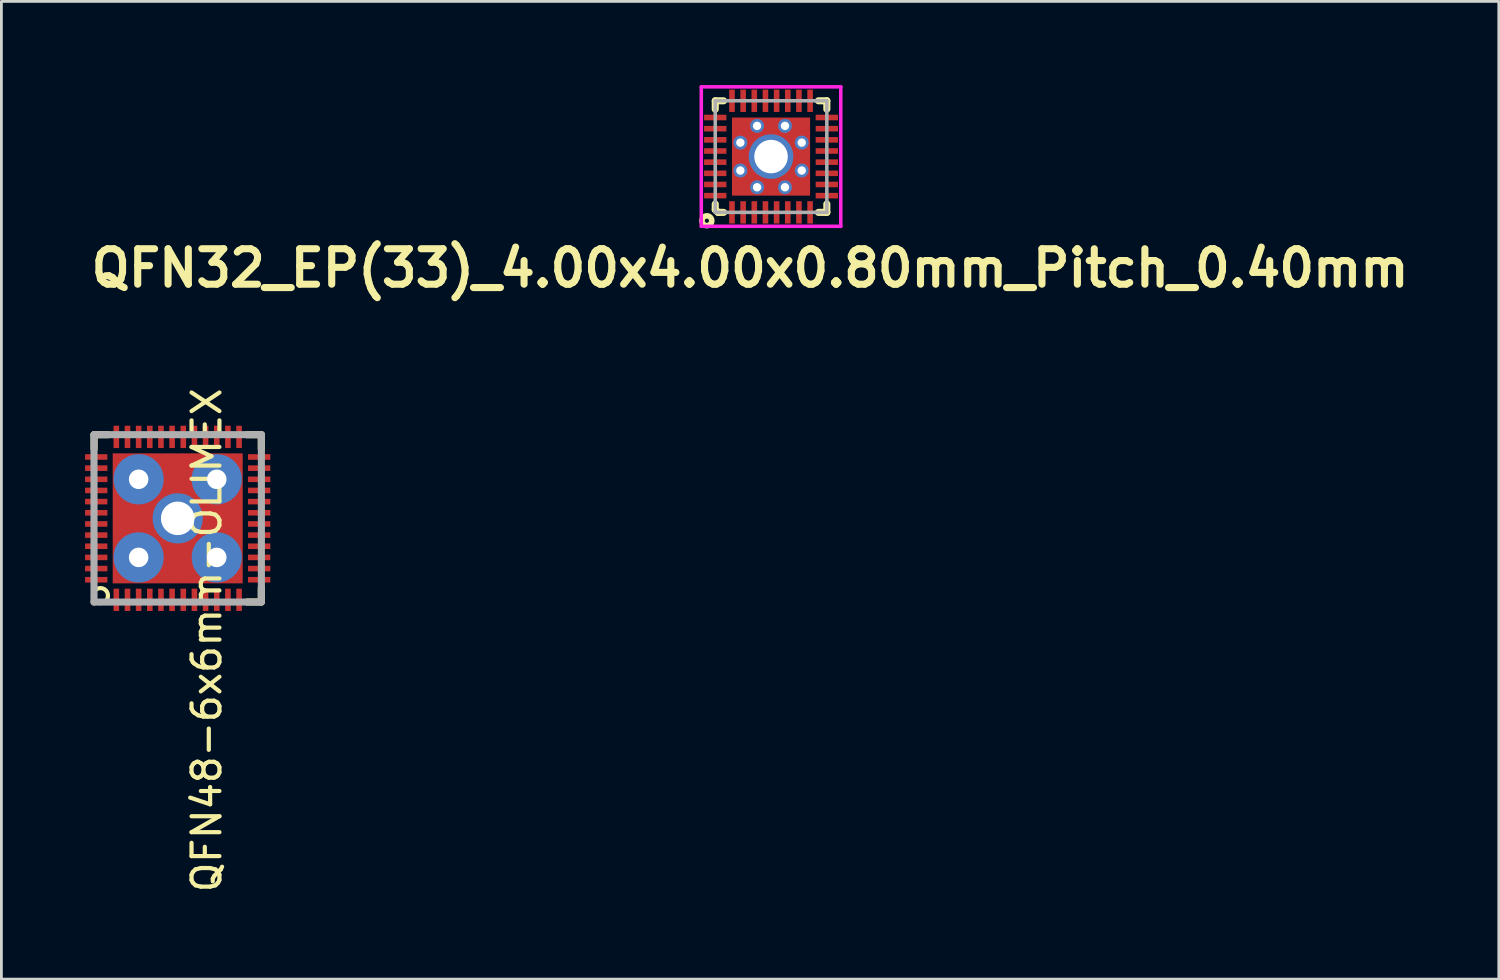
<source format=kicad_pcb>
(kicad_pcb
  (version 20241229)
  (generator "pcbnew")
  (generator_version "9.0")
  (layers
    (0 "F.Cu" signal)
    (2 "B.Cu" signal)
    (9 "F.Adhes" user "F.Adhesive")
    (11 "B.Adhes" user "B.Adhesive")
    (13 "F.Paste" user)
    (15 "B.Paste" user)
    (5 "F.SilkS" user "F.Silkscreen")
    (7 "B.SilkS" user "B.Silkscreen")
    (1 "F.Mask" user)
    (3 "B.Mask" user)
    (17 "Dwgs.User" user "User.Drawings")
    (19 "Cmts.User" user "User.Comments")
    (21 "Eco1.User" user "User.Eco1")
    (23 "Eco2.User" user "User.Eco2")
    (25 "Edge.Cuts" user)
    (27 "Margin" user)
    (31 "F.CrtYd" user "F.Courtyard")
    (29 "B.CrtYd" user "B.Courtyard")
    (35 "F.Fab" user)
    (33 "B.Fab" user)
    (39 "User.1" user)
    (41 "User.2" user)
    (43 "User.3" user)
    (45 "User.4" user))
  (footprint "QFN32_EP(33)_4.00x4.00x0.80mm_Pitch_0.40mm"
    (layer "F.Cu")
    (at 24.59 2.563)
    (property "Reference" "QFN32_EP(33)_4.00x4.00x0.80mm_Pitch_0.40mm" (at -0.75 4 0) (layer "F.SilkS") (effects (font (size 1.27 1.27) (thickness 0.254))))
    (attr smd)
    (fp_line (start -2 1.7) (end -2 1.9) (stroke (width 0.254) (type solid)) (layer "F.SilkS"))
    (fp_line (start -2 1.9) (end -1.9 2) (stroke (width 0.254) (type solid)) (layer "F.SilkS"))
    (fp_line (start -1.999 -1.999) (end -2 -1.7) (stroke (width 0.254) (type solid)) (layer "F.SilkS"))
    (fp_line (start -1.9 2) (end -1.7 2) (stroke (width 0.254) (type solid)) (layer "F.SilkS"))
    (fp_line (start -1.7 -2) (end -1.999 -1.999) (stroke (width 0.254) (type solid)) (layer "F.SilkS"))
    (fp_line (start 1.7 2) (end 2 2) (stroke (width 0.254) (type solid)) (layer "F.SilkS"))
    (fp_line (start 2 -2) (end 1.7 -2) (stroke (width 0.254) (type solid)) (layer "F.SilkS"))
    (fp_line (start 2 -1.7) (end 2 -2) (stroke (width 0.254) (type solid)) (layer "F.SilkS"))
    (fp_line (start 2 2) (end 2 1.7) (stroke (width 0.254) (type solid)) (layer "F.SilkS"))
    (fp_circle (center -2.3 2.3) (end -2.424 2.424) (stroke (width 0.2) (type solid)) (fill no) (layer "F.SilkS"))
    (fp_line (start -2.5 -2.5) (end 2.5 -2.5) (stroke (width 0.127) (type solid)) (layer "F.CrtYd"))
    (fp_line (start -2.5 2.5) (end -2.5 -2.5) (stroke (width 0.127) (type solid)) (layer "F.CrtYd"))
    (fp_line (start 2.5 -2.5) (end 2.5 2.5) (stroke (width 0.127) (type solid)) (layer "F.CrtYd"))
    (fp_line (start 2.5 2.5) (end -2.5 2.5) (stroke (width 0.127) (type solid)) (layer "F.CrtYd"))
    (fp_line (start -2 -2) (end 2 -2) (stroke (width 0.127) (type solid)) (layer "F.Fab"))
    (fp_line (start -2 2) (end -2 -2) (stroke (width 0.127) (type solid)) (layer "F.Fab"))
    (fp_line (start 2 -2) (end 2 2) (stroke (width 0.127) (type solid)) (layer "F.Fab"))
    (fp_line (start 2 2) (end -2 2) (stroke (width 0.127) (type solid)) (layer "F.Fab"))
    (pad "" smd rect (at -1.05 -1.05) (size 0.7 0.7) (layers "F.Paste"))
    (pad "" smd rect (at -1.05 0) (size 0.7 0.6) (layers "F.Paste"))
    (pad "" smd rect (at -1.05 1.05) (size 0.7 0.7) (layers "F.Paste"))
    (pad "" smd rect (at 0 -1.05 90) (size 0.7 0.6) (layers "F.Paste"))
    (pad "" smd rect (at 0 1.05 90) (size 0.7 0.6) (layers "F.Paste"))
    (pad "" smd rect (at 1.05 -1.05) (size 0.7 0.7) (layers "F.Paste"))
    (pad "" smd rect (at 1.05 0) (size 0.7 0.6) (layers "F.Paste"))
    (pad "" smd rect (at 1.05 1.05) (size 0.7 0.7) (layers "F.Paste"))
    (pad "1" smd rect (at -1.4 2 90) (size 0.8 0.2) (layers "F.Cu" "F.Mask" "F.Paste"))
    (pad "2" smd rect (at -1 2 90) (size 0.8 0.2) (layers "F.Cu" "F.Mask" "F.Paste"))
    (pad "3" smd rect (at -0.6 2 90) (size 0.8 0.2) (layers "F.Cu" "F.Mask" "F.Paste"))
    (pad "4" smd rect (at -0.2 2 90) (size 0.8 0.2) (layers "F.Cu" "F.Mask" "F.Paste"))
    (pad "5" smd rect (at 0.2 2 90) (size 0.8 0.2) (layers "F.Cu" "F.Mask" "F.Paste"))
    (pad "6" smd rect (at 0.6 2 90) (size 0.8 0.2) (layers "F.Cu" "F.Mask" "F.Paste"))
    (pad "7" smd rect (at 1 2 90) (size 0.8 0.2) (layers "F.Cu" "F.Mask" "F.Paste"))
    (pad "8" smd rect (at 1.4 2 90) (size 0.8 0.2) (layers "F.Cu" "F.Mask" "F.Paste"))
    (pad "9" smd rect (at 2 1.4 180) (size 0.8 0.2) (layers "F.Cu" "F.Mask" "F.Paste"))
    (pad "10" smd rect (at 2 1 180) (size 0.8 0.2) (layers "F.Cu" "F.Mask" "F.Paste"))
    (pad "11" smd rect (at 2 0.6 180) (size 0.8 0.2) (layers "F.Cu" "F.Mask" "F.Paste"))
    (pad "12" smd rect (at 2 0.2 180) (size 0.8 0.2) (layers "F.Cu" "F.Mask" "F.Paste"))
    (pad "13" smd rect (at 2 -0.2 180) (size 0.8 0.2) (layers "F.Cu" "F.Mask" "F.Paste"))
    (pad "14" smd rect (at 2 -0.6 180) (size 0.8 0.2) (layers "F.Cu" "F.Mask" "F.Paste"))
    (pad "15" smd rect (at 2 -1 180) (size 0.8 0.2) (layers "F.Cu" "F.Mask" "F.Paste"))
    (pad "16" smd rect (at 2 -1.4 180) (size 0.8 0.2) (layers "F.Cu" "F.Mask" "F.Paste"))
    (pad "17" smd rect (at 1.4 -2 270) (size 0.8 0.2) (layers "F.Cu" "F.Mask" "F.Paste"))
    (pad "18" smd rect (at 1 -2 270) (size 0.8 0.2) (layers "F.Cu" "F.Mask" "F.Paste"))
    (pad "19" smd rect (at 0.6 -2 270) (size 0.8 0.2) (layers "F.Cu" "F.Mask" "F.Paste"))
    (pad "20" smd rect (at 0.2 -2 270) (size 0.8 0.2) (layers "F.Cu" "F.Mask" "F.Paste"))
    (pad "21" smd rect (at -0.2 -2 270) (size 0.8 0.2) (layers "F.Cu" "F.Mask" "F.Paste"))
    (pad "22" smd rect (at -0.6 -2 270) (size 0.8 0.2) (layers "F.Cu" "F.Mask" "F.Paste"))
    (pad "23" smd rect (at -1 -2 270) (size 0.8 0.2) (layers "F.Cu" "F.Mask" "F.Paste"))
    (pad "24" smd rect (at -1.4 -2 270) (size 0.8 0.2) (layers "F.Cu" "F.Mask" "F.Paste"))
    (pad "25" smd rect (at -2 -1.4) (size 0.8 0.2) (layers "F.Cu" "F.Mask" "F.Paste"))
    (pad "26" smd rect (at -2 -1) (size 0.8 0.2) (layers "F.Cu" "F.Mask" "F.Paste"))
    (pad "27" smd rect (at -2 -0.6) (size 0.8 0.2) (layers "F.Cu" "F.Mask" "F.Paste"))
    (pad "28" smd rect (at -2 -0.2) (size 0.8 0.2) (layers "F.Cu" "F.Mask" "F.Paste"))
    (pad "29" smd rect (at -2 0.2) (size 0.8 0.2) (layers "F.Cu" "F.Mask" "F.Paste"))
    (pad "30" smd rect (at -2 0.6) (size 0.8 0.2) (layers "F.Cu" "F.Mask" "F.Paste"))
    (pad "31" smd rect (at -2 1) (size 0.8 0.2) (layers "F.Cu" "F.Mask" "F.Paste"))
    (pad "32" smd rect (at -2 1.4) (size 0.8 0.2) (layers "F.Cu" "F.Mask" "F.Paste"))
    (pad "33" thru_hole circle (at -1.1 -0.5) (size 0.5 0.5) (drill 0.3) (layers "*.Cu" "F.Mask"))
    (pad "33" thru_hole circle (at -1.1 0.5) (size 0.5 0.5) (drill 0.3) (layers "*.Cu" "F.Mask"))
    (pad "33" thru_hole circle (at -0.5 -1.1) (size 0.5 0.5) (drill 0.3) (layers "*.Cu" "F.Mask"))
    (pad "33" thru_hole circle (at -0.5 1.1) (size 0.5 0.5) (drill 0.3) (layers "*.Cu" "F.Mask"))
    (pad "33" thru_hole circle (at 0 0) (size 1.6 1.6) (drill 1.2) (layers "*.Cu" "*.Mask"))
    (pad "33" smd rect (at 0 0) (size 2.8 2.8) (layers "F.Cu" "F.Mask"))
    (pad "33" thru_hole circle (at 0.5 -1.1) (size 0.5 0.5) (drill 0.3) (layers "*.Cu" "F.Mask"))
    (pad "33" thru_hole circle (at 0.5 1.1) (size 0.5 0.5) (drill 0.3) (layers "*.Cu" "F.Mask"))
    (pad "33" thru_hole circle (at 1.1 -0.5) (size 0.5 0.5) (drill 0.3) (layers "*.Cu" "F.Mask"))
    (pad "33" thru_hole circle (at 1.1 0.5) (size 0.5 0.5) (drill 0.3) (layers "*.Cu" "F.Mask")))
  (footprint "QFN48-6x6mm-OLIMEX"
    (layer "F.Cu")
    (at 3.32 15.532)
    (property "Reference" "QFN48-6x6mm-OLIMEX" (at 1.041 4.369 90) (layer "F.SilkS") (effects (font (size 1 1) (thickness 0.15))))
    (attr smd)
    (fp_line (start -2.997 -2.997) (end -2.997 -2.489) (stroke (width 0.254) (type solid)) (layer "F.SilkS"))
    (fp_line (start -2.489 -2.997) (end -2.997 -2.997) (stroke (width 0.254) (type solid)) (layer "F.SilkS"))
    (fp_line (start 2.489 -2.997) (end 2.997 -2.997) (stroke (width 0.254) (type solid)) (layer "F.SilkS"))
    (fp_line (start 2.997 -2.997) (end 2.997 -2.489) (stroke (width 0.254) (type solid)) (layer "F.SilkS"))
    (fp_line (start 2.997 2.489) (end 2.997 2.997) (stroke (width 0.254) (type solid)) (layer "F.SilkS"))
    (fp_line (start 2.997 2.997) (end 2.489 2.997) (stroke (width 0.254) (type solid)) (layer "F.SilkS"))
    (fp_circle (center -2.769 2.769) (end -2.972 2.946) (stroke (width 0.15) (type solid)) (fill no) (layer "F.SilkS"))
    (fp_line (start -3 -3) (end 3 -3) (stroke (width 0.254) (type solid)) (layer "F.Fab"))
    (fp_line (start -3 3) (end -3 -3) (stroke (width 0.254) (type solid)) (layer "F.Fab"))
    (fp_line (start 3 -3) (end 3 3) (stroke (width 0.254) (type solid)) (layer "F.Fab"))
    (fp_line (start 3 3) (end -3 3) (stroke (width 0.254) (type solid)) (layer "F.Fab"))
    (pad "1" smd rect (at -2.2 2.92) (size 0.2 0.8) (layers "F.Cu" "F.Mask" "F.Paste"))
    (pad "2" smd rect (at -1.8 2.92) (size 0.2 0.8) (layers "F.Cu" "F.Mask" "F.Paste"))
    (pad "3" smd rect (at -1.4 2.92) (size 0.2 0.8) (layers "F.Cu" "F.Mask" "F.Paste"))
    (pad "4" smd rect (at -1 2.92) (size 0.2 0.8) (layers "F.Cu" "F.Mask" "F.Paste"))
    (pad "5" smd rect (at -0.6 2.92) (size 0.2 0.8) (layers "F.Cu" "F.Mask" "F.Paste"))
    (pad "6" smd rect (at -0.2 2.92) (size 0.2 0.8) (layers "F.Cu" "F.Mask" "F.Paste"))
    (pad "7" smd rect (at 0.2 2.92) (size 0.2 0.8) (layers "F.Cu" "F.Mask" "F.Paste"))
    (pad "8" smd rect (at 0.6 2.92) (size 0.2 0.8) (layers "F.Cu" "F.Mask" "F.Paste"))
    (pad "9" smd rect (at 1 2.92) (size 0.2 0.8) (layers "F.Cu" "F.Mask" "F.Paste"))
    (pad "10" smd rect (at 1.4 2.92) (size 0.2 0.8) (layers "F.Cu" "F.Mask" "F.Paste"))
    (pad "11" smd rect (at 1.8 2.92) (size 0.2 0.8) (layers "F.Cu" "F.Mask" "F.Paste"))
    (pad "12" smd rect (at 2.2 2.92) (size 0.2 0.8) (layers "F.Cu" "F.Mask" "F.Paste"))
    (pad "13" smd rect (at 2.92 2.2 90) (size 0.2 0.8) (layers "F.Cu" "F.Mask" "F.Paste"))
    (pad "14" smd rect (at 2.92 1.8 90) (size 0.2 0.8) (layers "F.Cu" "F.Mask" "F.Paste"))
    (pad "15" smd rect (at 2.92 1.4 90) (size 0.2 0.8) (layers "F.Cu" "F.Mask" "F.Paste"))
    (pad "16" smd rect (at 2.92 1 90) (size 0.2 0.8) (layers "F.Cu" "F.Mask" "F.Paste"))
    (pad "17" smd rect (at 2.92 0.6 90) (size 0.2 0.8) (layers "F.Cu" "F.Mask" "F.Paste"))
    (pad "18" smd rect (at 2.92 0.2 90) (size 0.2 0.8) (layers "F.Cu" "F.Mask" "F.Paste"))
    (pad "19" smd rect (at 2.92 -0.2 90) (size 0.2 0.8) (layers "F.Cu" "F.Mask" "F.Paste"))
    (pad "20" smd rect (at 2.92 -0.6 90) (size 0.2 0.8) (layers "F.Cu" "F.Mask" "F.Paste"))
    (pad "21" smd rect (at 2.92 -1 90) (size 0.2 0.8) (layers "F.Cu" "F.Mask" "F.Paste"))
    (pad "22" smd rect (at 2.92 -1.4 90) (size 0.2 0.8) (layers "F.Cu" "F.Mask" "F.Paste"))
    (pad "23" smd rect (at 2.92 -1.8 90) (size 0.2 0.8) (layers "F.Cu" "F.Mask" "F.Paste"))
    (pad "24" smd rect (at 2.92 -2.2 90) (size 0.2 0.8) (layers "F.Cu" "F.Mask" "F.Paste"))
    (pad "25" smd rect (at 2.2 -2.92 180) (size 0.2 0.8) (layers "F.Cu" "F.Mask" "F.Paste"))
    (pad "26" smd rect (at 1.8 -2.92 180) (size 0.2 0.8) (layers "F.Cu" "F.Mask" "F.Paste"))
    (pad "27" smd rect (at 1.4 -2.92 180) (size 0.2 0.8) (layers "F.Cu" "F.Mask" "F.Paste"))
    (pad "28" smd rect (at 1 -2.92 180) (size 0.2 0.8) (layers "F.Cu" "F.Mask" "F.Paste"))
    (pad "29" smd rect (at 0.6 -2.92 180) (size 0.2 0.8) (layers "F.Cu" "F.Mask" "F.Paste"))
    (pad "30" smd rect (at 0.2 -2.92 180) (size 0.2 0.8) (layers "F.Cu" "F.Mask" "F.Paste"))
    (pad "31" smd rect (at -0.2 -2.92 180) (size 0.2 0.8) (layers "F.Cu" "F.Mask" "F.Paste"))
    (pad "32" smd rect (at -0.6 -2.92 180) (size 0.2 0.8) (layers "F.Cu" "F.Mask" "F.Paste"))
    (pad "33" smd rect (at -1 -2.92 180) (size 0.2 0.8) (layers "F.Cu" "F.Mask" "F.Paste"))
    (pad "34" smd rect (at -1.4 -2.92 180) (size 0.2 0.8) (layers "F.Cu" "F.Mask" "F.Paste"))
    (pad "35" smd rect (at -1.8 -2.92 180) (size 0.2 0.8) (layers "F.Cu" "F.Mask" "F.Paste"))
    (pad "36" smd rect (at -2.2 -2.92 180) (size 0.2 0.8) (layers "F.Cu" "F.Mask" "F.Paste"))
    (pad "37" smd rect (at -2.92 -2.2 270) (size 0.2 0.8) (layers "F.Cu" "F.Mask" "F.Paste"))
    (pad "38" smd rect (at -2.92 -1.8 270) (size 0.2 0.8) (layers "F.Cu" "F.Mask" "F.Paste"))
    (pad "39" smd rect (at -2.92 -1.4 270) (size 0.2 0.8) (layers "F.Cu" "F.Mask" "F.Paste"))
    (pad "40" smd rect (at -2.92 -1 270) (size 0.2 0.8) (layers "F.Cu" "F.Mask" "F.Paste"))
    (pad "41" smd rect (at -2.92 -0.6 270) (size 0.2 0.8) (layers "F.Cu" "F.Mask" "F.Paste"))
    (pad "42" smd rect (at -2.92 -0.2 270) (size 0.2 0.8) (layers "F.Cu" "F.Mask" "F.Paste"))
    (pad "43" smd rect (at -2.92 0.2 270) (size 0.2 0.8) (layers "F.Cu" "F.Mask" "F.Paste"))
    (pad "44" smd rect (at -2.92 0.6 270) (size 0.2 0.8) (layers "F.Cu" "F.Mask" "F.Paste"))
    (pad "45" smd rect (at -2.92 1 270) (size 0.2 0.8) (layers "F.Cu" "F.Mask" "F.Paste"))
    (pad "46" smd rect (at -2.92 1.4 270) (size 0.2 0.8) (layers "F.Cu" "F.Mask" "F.Paste"))
    (pad "47" smd rect (at -2.92 1.8 270) (size 0.2 0.8) (layers "F.Cu" "F.Mask" "F.Paste"))
    (pad "48" smd rect (at -2.92 2.2 270) (size 0.2 0.8) (layers "F.Cu" "F.Mask" "F.Paste"))
    (pad "49" smd oval (at -1.6 0 90) (size 1.8 1.4) (layers "F.Cu" "F.Mask" "F.Paste"))
    (pad "49" thru_hole oval (at -1.4 -1.4) (size 1.8 1.8) (drill 0.7) (layers "*.Cu" "*.Mask"))
    (pad "49" thru_hole oval (at -1.4 1.4) (size 1.8 1.8) (drill 0.7) (layers "*.Cu" "*.Mask"))
    (pad "49" smd rect (at -1.165 -1.165) (size 2.33 2.33) (layers "F.Cu" "F.Mask"))
    (pad "49" smd rect (at -1.165 1.165) (size 2.33 2.33) (layers "F.Cu" "F.Mask"))
    (pad "49" smd oval (at 0 -1.6) (size 1.8 1.4) (layers "F.Cu" "F.Mask" "F.Paste"))
    (pad "49" thru_hole oval (at 0 0) (size 1.8 1.8) (drill 1.2) (layers "*.Cu" "*.Mask"))
    (pad "49" smd oval (at 0 1.6) (size 1.8 1.4) (layers "F.Cu" "F.Mask" "F.Paste"))
    (pad "49" smd rect (at 1.165 -1.165) (size 2.33 2.33) (layers "F.Cu" "F.Mask"))
    (pad "49" smd rect (at 1.165 1.165) (size 2.33 2.33) (layers "F.Cu" "F.Mask"))
    (pad "49" thru_hole oval (at 1.4 -1.4) (size 1.8 1.8) (drill 0.7) (layers "*.Cu" "*.Mask"))
    (pad "49" thru_hole oval (at 1.4 1.4) (size 1.8 1.8) (drill 0.7) (layers "*.Cu" "*.Mask"))
    (pad "49" smd oval (at 1.6 0 90) (size 1.8 1.4) (layers "F.Cu" "F.Mask" "F.Paste")))
  (gr_rect
    (start -3 -3)
    (end 50.679 32.05)
    (stroke (width 0.1) (type default))
    (fill no)
    (layer "Edge.Cuts")))
</source>
